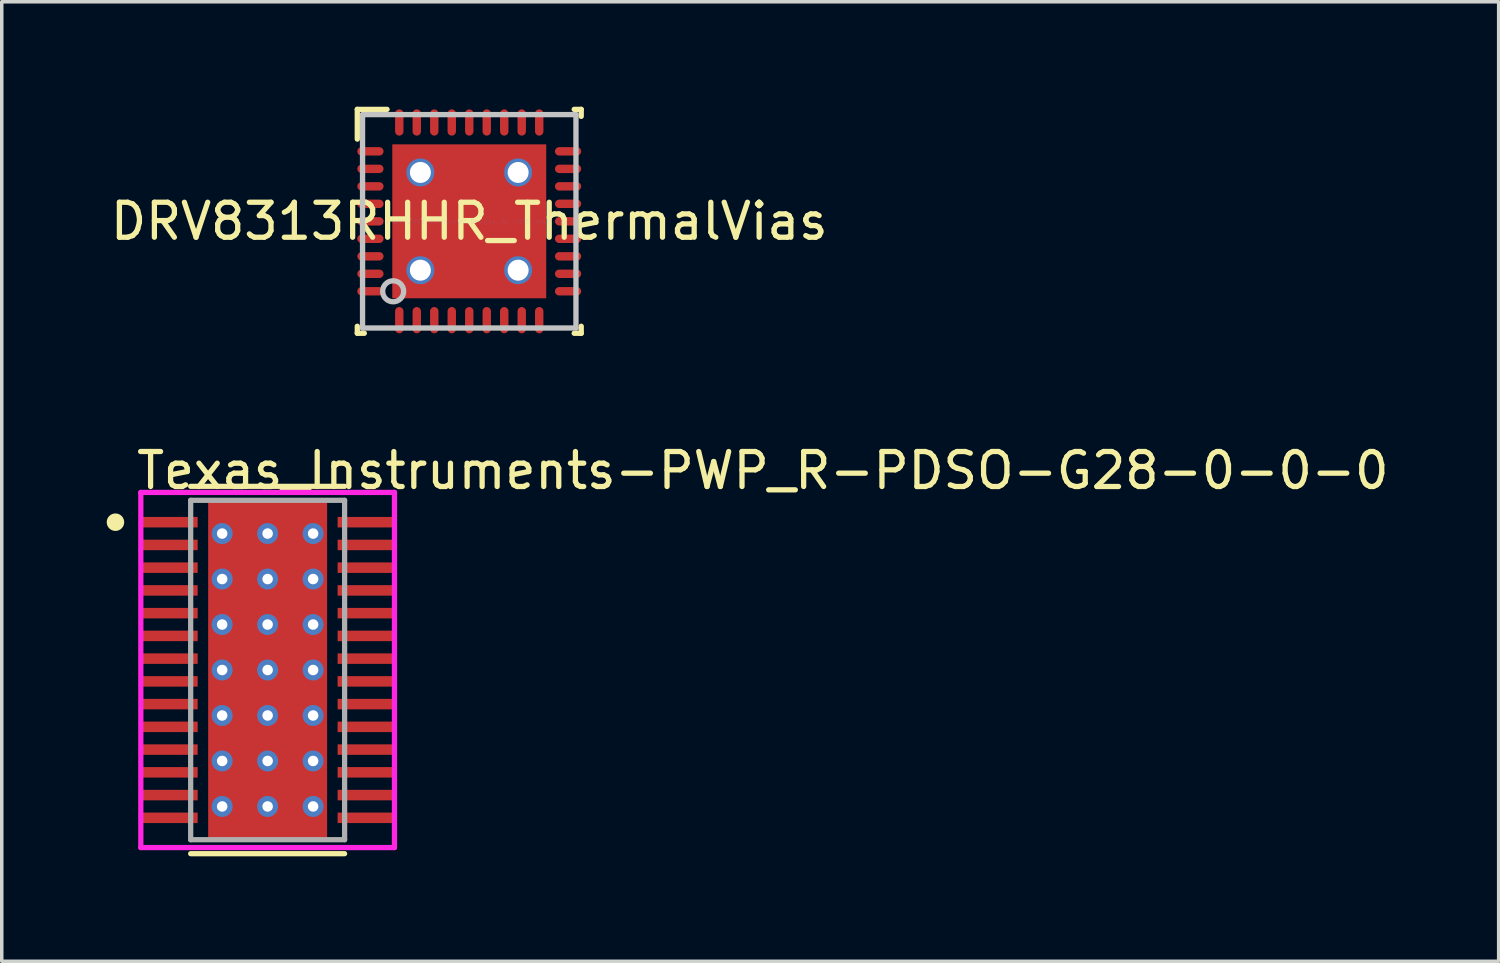
<source format=kicad_pcb>
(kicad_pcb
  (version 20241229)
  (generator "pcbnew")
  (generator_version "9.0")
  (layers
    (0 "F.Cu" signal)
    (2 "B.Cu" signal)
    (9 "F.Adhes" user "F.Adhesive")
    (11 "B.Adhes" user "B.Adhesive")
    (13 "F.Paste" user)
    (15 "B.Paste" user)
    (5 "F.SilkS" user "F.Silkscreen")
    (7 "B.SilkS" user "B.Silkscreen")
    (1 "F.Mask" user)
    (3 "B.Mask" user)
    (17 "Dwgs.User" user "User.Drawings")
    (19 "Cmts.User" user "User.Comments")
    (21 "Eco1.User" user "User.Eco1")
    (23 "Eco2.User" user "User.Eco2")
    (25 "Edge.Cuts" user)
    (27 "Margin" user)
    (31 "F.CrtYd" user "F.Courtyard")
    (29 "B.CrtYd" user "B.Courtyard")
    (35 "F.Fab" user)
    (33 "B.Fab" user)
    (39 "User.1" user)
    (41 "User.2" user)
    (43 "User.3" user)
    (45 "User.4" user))
  (footprint "Texas_Instruments-PWP_R-PDSO-G28-0-0-0"
    (layer "F.Cu")
    (at 4.6 16.101)
    (property "Reference" "Texas_Instruments-PWP_R-PDSO-G28-0-0-0" (at -3.825 -5.7 0) (layer "F.SilkS") (effects (font (size 1 1) (thickness 0.15)) (justify left)))
    (attr through_hole)
    (fp_line (start -2.2 -5.25) (end 2.2 -5.25) (stroke (width 0.15) (type solid)) (layer "F.SilkS"))
    (fp_line (start -2.2 5.25) (end 2.2 5.25) (stroke (width 0.15) (type solid)) (layer "F.SilkS"))
    (fp_circle (center -4.35 -4.225) (end -4.225 -4.225) (stroke (width 0.25) (type solid)) (fill no) (layer "F.SilkS"))
    (fp_line (start -3.625 -5.075) (end -3.625 5.075) (stroke (width 0.15) (type solid)) (layer "F.CrtYd"))
    (fp_line (start -3.625 5.075) (end 3.625 5.075) (stroke (width 0.15) (type solid)) (layer "F.CrtYd"))
    (fp_line (start 3.625 -5.075) (end -3.625 -5.075) (stroke (width 0.15) (type solid)) (layer "F.CrtYd"))
    (fp_line (start 3.625 -5.075) (end 3.625 -5.075) (stroke (width 0.15) (type solid)) (layer "F.CrtYd"))
    (fp_line (start 3.625 5.075) (end 3.625 -5.075) (stroke (width 0.15) (type solid)) (layer "F.CrtYd"))
    (fp_line (start -2.2 -4.85) (end 2.2 -4.85) (stroke (width 0.15) (type solid)) (layer "F.Fab"))
    (fp_line (start -2.2 4.85) (end -2.2 -4.85) (stroke (width 0.15) (type solid)) (layer "F.Fab"))
    (fp_line (start 2.2 -4.85) (end 2.2 4.85) (stroke (width 0.15) (type solid)) (layer "F.Fab"))
    (fp_line (start 2.2 4.85) (end -2.2 4.85) (stroke (width 0.15) (type solid)) (layer "F.Fab"))
    (pad "" smd rect (at -2.8 -4.225) (size 1.55 0.25) (layers "F.Paste"))
    (pad "" smd rect (at -2.8 -3.575) (size 1.55 0.25) (layers "F.Paste"))
    (pad "" smd rect (at -2.8 -2.925) (size 1.55 0.25) (layers "F.Paste"))
    (pad "" smd rect (at -2.8 -2.275) (size 1.55 0.25) (layers "F.Paste"))
    (pad "" smd rect (at -2.8 -1.625) (size 1.55 0.25) (layers "F.Paste"))
    (pad "" smd rect (at -2.8 -0.975) (size 1.55 0.25) (layers "F.Paste"))
    (pad "" smd rect (at -2.8 -0.325) (size 1.55 0.25) (layers "F.Paste"))
    (pad "" smd rect (at -2.8 0.325) (size 1.55 0.25) (layers "F.Paste"))
    (pad "" smd rect (at -2.8 0.975) (size 1.55 0.25) (layers "F.Paste"))
    (pad "" smd rect (at -2.8 1.625) (size 1.55 0.25) (layers "F.Paste"))
    (pad "" smd rect (at -2.8 2.275) (size 1.55 0.25) (layers "F.Paste"))
    (pad "" smd rect (at -2.8 2.925) (size 1.55 0.25) (layers "F.Paste"))
    (pad "" smd rect (at -2.8 3.575) (size 1.55 0.25) (layers "F.Paste"))
    (pad "" smd rect (at -2.8 4.225) (size 1.55 0.25) (layers "F.Paste"))
    (pad "" smd rect (at 0 0) (size 3.1 5.18) (layers "F.Mask" "F.Paste"))
    (pad "" smd rect (at 2.8 -4.225) (size 1.55 0.25) (layers "F.Paste"))
    (pad "" smd rect (at 2.8 -3.575) (size 1.55 0.25) (layers "F.Paste"))
    (pad "" smd rect (at 2.8 -2.925) (size 1.55 0.25) (layers "F.Paste"))
    (pad "" smd rect (at 2.8 -2.275) (size 1.55 0.25) (layers "F.Paste"))
    (pad "" smd rect (at 2.8 -1.625) (size 1.55 0.25) (layers "F.Paste"))
    (pad "" smd rect (at 2.8 -0.975) (size 1.55 0.25) (layers "F.Paste"))
    (pad "" smd rect (at 2.8 -0.325) (size 1.55 0.25) (layers "F.Paste"))
    (pad "" smd rect (at 2.8 0.325) (size 1.55 0.25) (layers "F.Paste"))
    (pad "" smd rect (at 2.8 0.975) (size 1.55 0.25) (layers "F.Paste"))
    (pad "" smd rect (at 2.8 1.625) (size 1.55 0.25) (layers "F.Paste"))
    (pad "" smd rect (at 2.8 2.275) (size 1.55 0.25) (layers "F.Paste"))
    (pad "" smd rect (at 2.8 2.925) (size 1.55 0.25) (layers "F.Paste"))
    (pad "" smd rect (at 2.8 3.575) (size 1.55 0.25) (layers "F.Paste"))
    (pad "" smd rect (at 2.8 4.225) (size 1.55 0.25) (layers "F.Paste"))
    (pad "1" smd rect (at -2.8 -4.225) (size 1.6 0.3) (layers "F.Cu" "F.Mask"))
    (pad "2" smd rect (at -2.8 -3.575) (size 1.6 0.3) (layers "F.Cu" "F.Mask"))
    (pad "3" smd rect (at -2.8 -2.925) (size 1.6 0.3) (layers "F.Cu" "F.Mask"))
    (pad "4" smd rect (at -2.8 -2.275) (size 1.6 0.3) (layers "F.Cu" "F.Mask"))
    (pad "5" smd rect (at -2.8 -1.625) (size 1.6 0.3) (layers "F.Cu" "F.Mask"))
    (pad "6" smd rect (at -2.8 -0.975) (size 1.6 0.3) (layers "F.Cu" "F.Mask"))
    (pad "7" smd rect (at -2.8 -0.325) (size 1.6 0.3) (layers "F.Cu" "F.Mask"))
    (pad "8" smd rect (at -2.8 0.325) (size 1.6 0.3) (layers "F.Cu" "F.Mask"))
    (pad "9" smd rect (at -2.8 0.975) (size 1.6 0.3) (layers "F.Cu" "F.Mask"))
    (pad "10" smd rect (at -2.8 1.625) (size 1.6 0.3) (layers "F.Cu" "F.Mask"))
    (pad "11" smd rect (at -2.8 2.275) (size 1.6 0.3) (layers "F.Cu" "F.Mask"))
    (pad "12" smd rect (at -2.8 2.925) (size 1.6 0.3) (layers "F.Cu" "F.Mask"))
    (pad "13" smd rect (at -2.8 3.575) (size 1.6 0.3) (layers "F.Cu" "F.Mask"))
    (pad "14" smd rect (at -2.8 4.225) (size 1.6 0.3) (layers "F.Cu" "F.Mask"))
    (pad "15" smd rect (at 2.8 4.225) (size 1.6 0.3) (layers "F.Cu" "F.Mask"))
    (pad "16" smd rect (at 2.8 3.575) (size 1.6 0.3) (layers "F.Cu" "F.Mask"))
    (pad "17" smd rect (at 2.8 2.925) (size 1.6 0.3) (layers "F.Cu" "F.Mask"))
    (pad "18" smd rect (at 2.8 2.275) (size 1.6 0.3) (layers "F.Cu" "F.Mask"))
    (pad "19" smd rect (at 2.8 1.625) (size 1.6 0.3) (layers "F.Cu" "F.Mask"))
    (pad "20" smd rect (at 2.8 0.975) (size 1.6 0.3) (layers "F.Cu" "F.Mask"))
    (pad "21" smd rect (at 2.8 0.325) (size 1.6 0.3) (layers "F.Cu" "F.Mask"))
    (pad "22" smd rect (at 2.8 -0.325) (size 1.6 0.3) (layers "F.Cu" "F.Mask"))
    (pad "23" smd rect (at 2.8 -0.975) (size 1.6 0.3) (layers "F.Cu" "F.Mask"))
    (pad "24" smd rect (at 2.8 -1.625) (size 1.6 0.3) (layers "F.Cu" "F.Mask"))
    (pad "25" smd rect (at 2.8 -2.275) (size 1.6 0.3) (layers "F.Cu" "F.Mask"))
    (pad "26" smd rect (at 2.8 -2.925) (size 1.6 0.3) (layers "F.Cu" "F.Mask"))
    (pad "27" smd rect (at 2.8 -3.575) (size 1.6 0.3) (layers "F.Cu" "F.Mask"))
    (pad "28" smd rect (at 2.8 -4.225) (size 1.6 0.3) (layers "F.Cu" "F.Mask"))
    (pad "29" smd rect (at 0 0) (size 3.4 9.7) (layers "F.Cu"))
    (pad "~" thru_hole circle (at -1.3 -3.9) (size 0.6 0.6) (drill 0.3) (layers "*.Cu"))
    (pad "~" thru_hole circle (at -1.3 -2.6) (size 0.6 0.6) (drill 0.3) (layers "*.Cu"))
    (pad "~" thru_hole circle (at -1.3 -1.3) (size 0.6 0.6) (drill 0.3) (layers "*.Cu"))
    (pad "~" thru_hole circle (at -1.3 0) (size 0.6 0.6) (drill 0.3) (layers "*.Cu"))
    (pad "~" thru_hole circle (at -1.3 1.3) (size 0.6 0.6) (drill 0.3) (layers "*.Cu"))
    (pad "~" thru_hole circle (at -1.3 2.6) (size 0.6 0.6) (drill 0.3) (layers "*.Cu"))
    (pad "~" thru_hole circle (at -1.3 3.9) (size 0.6 0.6) (drill 0.3) (layers "*.Cu"))
    (pad "~" thru_hole circle (at 0 -3.9) (size 0.6 0.6) (drill 0.3) (layers "*.Cu"))
    (pad "~" thru_hole circle (at 0 -2.6) (size 0.6 0.6) (drill 0.3) (layers "*.Cu"))
    (pad "~" thru_hole circle (at 0 -1.3) (size 0.6 0.6) (drill 0.3) (layers "*.Cu"))
    (pad "~" thru_hole circle (at 0 0) (size 0.6 0.6) (drill 0.3) (layers "*.Cu"))
    (pad "~" thru_hole circle (at 0 1.3) (size 0.6 0.6) (drill 0.3) (layers "*.Cu"))
    (pad "~" thru_hole circle (at 0 2.6) (size 0.6 0.6) (drill 0.3) (layers "*.Cu"))
    (pad "~" thru_hole circle (at 0 3.9) (size 0.6 0.6) (drill 0.3) (layers "*.Cu"))
    (pad "~" thru_hole circle (at 1.3 -3.9) (size 0.6 0.6) (drill 0.3) (layers "*.Cu"))
    (pad "~" thru_hole circle (at 1.3 -2.6) (size 0.6 0.6) (drill 0.3) (layers "*.Cu"))
    (pad "~" thru_hole circle (at 1.3 -1.3) (size 0.6 0.6) (drill 0.3) (layers "*.Cu"))
    (pad "~" thru_hole circle (at 1.3 0) (size 0.6 0.6) (drill 0.3) (layers "*.Cu"))
    (pad "~" thru_hole circle (at 1.3 1.3) (size 0.6 0.6) (drill 0.3) (layers "*.Cu"))
    (pad "~" thru_hole circle (at 1.3 2.6) (size 0.6 0.6) (drill 0.3) (layers "*.Cu"))
    (pad "~" thru_hole circle (at 1.3 3.9) (size 0.6 0.6) (drill 0.3) (layers "*.Cu")))
  (footprint "DRV8313RHHR_ThermalVias"
    (layer "F.Cu")
    (at 10.363 3.276)
    (property "Reference" "DRV8313RHHR_ThermalVias" (at 0 0 0) (layer "F.SilkS") (effects (font (size 1 1) (thickness 0.15))))
    (attr through_hole)
    (fp_line (start -3.2 -3.2) (end -2.35 -3.2) (stroke (width 0.152) (type solid)) (layer "F.SilkS"))
    (fp_line (start -3.2 -2.35) (end -3.2 -3.2) (stroke (width 0.152) (type solid)) (layer "F.SilkS"))
    (fp_line (start -3.2 3.2) (end -3.2 3) (stroke (width 0.152) (type solid)) (layer "F.SilkS"))
    (fp_line (start -3.2 3.2) (end -3 3.2) (stroke (width 0.152) (type solid)) (layer "F.SilkS"))
    (fp_line (start 3 -3.2) (end 3.2 -3.2) (stroke (width 0.152) (type solid)) (layer "F.SilkS"))
    (fp_line (start 3 3.2) (end 3.2 3.2) (stroke (width 0.152) (type solid)) (layer "F.SilkS"))
    (fp_line (start 3.2 -3) (end 3.2 -3.2) (stroke (width 0.152) (type solid)) (layer "F.SilkS"))
    (fp_line (start 3.2 3.2) (end 3.2 3) (stroke (width 0.152) (type solid)) (layer "F.SilkS"))
    (fp_line (start -3.05 -3.05) (end 3.05 -3.05) (stroke (width 0.152) (type solid)) (layer "Dwgs.User"))
    (fp_line (start -3.05 3.05) (end -3.05 -3.05) (stroke (width 0.152) (type solid)) (layer "Dwgs.User"))
    (fp_line (start -3.05 3.05) (end 3.05 3.05) (stroke (width 0.152) (type solid)) (layer "Dwgs.User"))
    (fp_line (start 3.05 3.05) (end 3.05 -3.05) (stroke (width 0.152) (type solid)) (layer "Dwgs.User"))
    (fp_circle (center -2.175 2) (end -1.875 2) (stroke (width 0.152) (type solid)) (fill no) (layer "Dwgs.User"))
    (fp_text user "Copyright 2016 Accelerated Designs. All rights reserved." (at 0 0 0) (layer "Cmts.User") (effects (font (size 0.127 0.127) (thickness 0.002))))
    (pad "" smd oval (at -2.825 -2 90) (size 0.24 0.75) (layers "F.Paste"))
    (pad "" smd oval (at -2.825 -2 90) (size 0.342 0.852) (layers "F.Mask"))
    (pad "" smd oval (at -2.825 -1.5 90) (size 0.24 0.75) (layers "F.Paste"))
    (pad "" smd oval (at -2.825 -1.5 90) (size 0.342 0.852) (layers "F.Mask"))
    (pad "" smd oval (at -2.825 -1 90) (size 0.24 0.75) (layers "F.Paste"))
    (pad "" smd oval (at -2.825 -1 90) (size 0.342 0.852) (layers "F.Mask"))
    (pad "" smd oval (at -2.825 -0.5 90) (size 0.24 0.75) (layers "F.Paste"))
    (pad "" smd oval (at -2.825 -0.5 90) (size 0.342 0.852) (layers "F.Mask"))
    (pad "" smd oval (at -2.825 0 90) (size 0.24 0.75) (layers "F.Paste"))
    (pad "" smd oval (at -2.825 0 90) (size 0.342 0.852) (layers "F.Mask"))
    (pad "" smd oval (at -2.825 0.5 90) (size 0.24 0.75) (layers "F.Paste"))
    (pad "" smd oval (at -2.825 0.5 90) (size 0.342 0.852) (layers "F.Mask"))
    (pad "" smd oval (at -2.825 1 90) (size 0.24 0.75) (layers "F.Paste"))
    (pad "" smd oval (at -2.825 1 90) (size 0.342 0.852) (layers "F.Mask"))
    (pad "" smd oval (at -2.825 1.5 90) (size 0.24 0.75) (layers "F.Paste"))
    (pad "" smd oval (at -2.825 1.5 90) (size 0.342 0.852) (layers "F.Mask"))
    (pad "" smd oval (at -2.825 2 90) (size 0.24 0.75) (layers "F.Paste"))
    (pad "" smd oval (at -2.825 2 90) (size 0.342 0.852) (layers "F.Mask"))
    (pad "" smd oval (at -2 -2.825) (size 0.24 0.75) (layers "F.Paste"))
    (pad "" smd oval (at -2 -2.825) (size 0.342 0.852) (layers "F.Mask"))
    (pad "" smd oval (at -2 2.825) (size 0.24 0.75) (layers "F.Paste"))
    (pad "" smd oval (at -2 2.825) (size 0.342 0.852) (layers "F.Mask"))
    (pad "" smd oval (at -1.5 -2.825) (size 0.24 0.75) (layers "F.Paste"))
    (pad "" smd oval (at -1.5 -2.825) (size 0.342 0.852) (layers "F.Mask"))
    (pad "" smd oval (at -1.5 2.825) (size 0.24 0.75) (layers "F.Paste"))
    (pad "" smd oval (at -1.5 2.825) (size 0.342 0.852) (layers "F.Mask"))
    (pad "" smd rect (at -1.25 -1.25) (size 0.75 0.75) (layers "F.Paste"))
    (pad "" smd rect (at -1.25 0) (size 0.75 0.75) (layers "F.Paste"))
    (pad "" smd rect (at -1.25 1.25) (size 0.75 0.75) (layers "F.Paste"))
    (pad "" smd oval (at -1 -2.825) (size 0.24 0.75) (layers "F.Paste"))
    (pad "" smd oval (at -1 -2.825) (size 0.342 0.852) (layers "F.Mask"))
    (pad "" smd oval (at -1 2.825) (size 0.24 0.75) (layers "F.Paste"))
    (pad "" smd oval (at -1 2.825) (size 0.342 0.852) (layers "F.Mask"))
    (pad "" smd oval (at -0.5 -2.825) (size 0.24 0.75) (layers "F.Paste"))
    (pad "" smd oval (at -0.5 -2.825) (size 0.342 0.852) (layers "F.Mask"))
    (pad "" smd oval (at -0.5 2.825) (size 0.24 0.75) (layers "F.Paste"))
    (pad "" smd oval (at -0.5 2.825) (size 0.342 0.852) (layers "F.Mask"))
    (pad "" smd oval (at 0 -2.825) (size 0.24 0.75) (layers "F.Paste"))
    (pad "" smd oval (at 0 -2.825) (size 0.342 0.852) (layers "F.Mask"))
    (pad "" smd rect (at 0 -1.25) (size 0.75 0.75) (layers "F.Paste"))
    (pad "" smd rect (at 0 0) (size 0.75 0.75) (layers "F.Paste"))
    (pad "" smd rect (at 0 0) (size 4.502 4.502) (layers "F.Mask"))
    (pad "" smd rect (at 0 1.25) (size 0.75 0.75) (layers "F.Paste"))
    (pad "" smd oval (at 0 2.825) (size 0.24 0.75) (layers "F.Paste"))
    (pad "" smd oval (at 0 2.825) (size 0.342 0.852) (layers "F.Mask"))
    (pad "" smd oval (at 0.5 -2.825) (size 0.24 0.75) (layers "F.Paste"))
    (pad "" smd oval (at 0.5 -2.825) (size 0.342 0.852) (layers "F.Mask"))
    (pad "" smd oval (at 0.5 2.825) (size 0.24 0.75) (layers "F.Paste"))
    (pad "" smd oval (at 0.5 2.825) (size 0.342 0.852) (layers "F.Mask"))
    (pad "" smd oval (at 1 -2.825) (size 0.24 0.75) (layers "F.Paste"))
    (pad "" smd oval (at 1 -2.825) (size 0.342 0.852) (layers "F.Mask"))
    (pad "" smd oval (at 1 2.825) (size 0.24 0.75) (layers "F.Paste"))
    (pad "" smd oval (at 1 2.825) (size 0.342 0.852) (layers "F.Mask"))
    (pad "" smd rect (at 1.25 -1.25) (size 0.75 0.75) (layers "F.Paste"))
    (pad "" smd rect (at 1.25 0) (size 0.75 0.75) (layers "F.Paste"))
    (pad "" smd rect (at 1.25 1.25) (size 0.75 0.75) (layers "F.Paste"))
    (pad "" smd oval (at 1.5 -2.825) (size 0.24 0.75) (layers "F.Paste"))
    (pad "" smd oval (at 1.5 -2.825) (size 0.342 0.852) (layers "F.Mask"))
    (pad "" smd oval (at 1.5 2.825) (size 0.24 0.75) (layers "F.Paste"))
    (pad "" smd oval (at 1.5 2.825) (size 0.342 0.852) (layers "F.Mask"))
    (pad "" smd oval (at 2 -2.825) (size 0.24 0.75) (layers "F.Paste"))
    (pad "" smd oval (at 2 -2.825) (size 0.342 0.852) (layers "F.Mask"))
    (pad "" smd oval (at 2 2.825) (size 0.24 0.75) (layers "F.Paste"))
    (pad "" smd oval (at 2 2.825) (size 0.342 0.852) (layers "F.Mask"))
    (pad "" smd oval (at 2.825 -2 90) (size 0.24 0.75) (layers "F.Paste"))
    (pad "" smd oval (at 2.825 -2 90) (size 0.342 0.852) (layers "F.Mask"))
    (pad "" smd oval (at 2.825 -1.5 90) (size 0.24 0.75) (layers "F.Paste"))
    (pad "" smd oval (at 2.825 -1.5 90) (size 0.342 0.852) (layers "F.Mask"))
    (pad "" smd oval (at 2.825 -1 90) (size 0.24 0.75) (layers "F.Paste"))
    (pad "" smd oval (at 2.825 -1 90) (size 0.342 0.852) (layers "F.Mask"))
    (pad "" smd oval (at 2.825 -0.5 90) (size 0.24 0.75) (layers "F.Paste"))
    (pad "" smd oval (at 2.825 -0.5 90) (size 0.342 0.852) (layers "F.Mask"))
    (pad "" smd oval (at 2.825 0 90) (size 0.24 0.75) (layers "F.Paste"))
    (pad "" smd oval (at 2.825 0 90) (size 0.342 0.852) (layers "F.Mask"))
    (pad "" smd oval (at 2.825 0.5 90) (size 0.24 0.75) (layers "F.Paste"))
    (pad "" smd oval (at 2.825 0.5 90) (size 0.342 0.852) (layers "F.Mask"))
    (pad "" smd oval (at 2.825 1 90) (size 0.24 0.75) (layers "F.Paste"))
    (pad "" smd oval (at 2.825 1 90) (size 0.342 0.852) (layers "F.Mask"))
    (pad "" smd oval (at 2.825 1.5 90) (size 0.24 0.75) (layers "F.Paste"))
    (pad "" smd oval (at 2.825 1.5 90) (size 0.342 0.852) (layers "F.Mask"))
    (pad "" smd oval (at 2.825 2 90) (size 0.24 0.75) (layers "F.Paste"))
    (pad "" smd oval (at 2.825 2 90) (size 0.342 0.852) (layers "F.Mask"))
    (pad "1" smd oval (at -2.825 -2 90) (size 0.24 0.75) (layers "F.Cu"))
    (pad "2" smd oval (at -2.825 -1.5 90) (size 0.24 0.75) (layers "F.Cu"))
    (pad "3" smd oval (at -2.825 -1 90) (size 0.24 0.75) (layers "F.Cu"))
    (pad "4" smd oval (at -2.825 -0.5 90) (size 0.24 0.75) (layers "F.Cu"))
    (pad "5" smd oval (at -2.825 0 90) (size 0.24 0.75) (layers "F.Cu"))
    (pad "6" smd oval (at -2.825 0.5 90) (size 0.24 0.75) (layers "F.Cu"))
    (pad "7" smd oval (at -2.825 1 90) (size 0.24 0.75) (layers "F.Cu"))
    (pad "8" smd oval (at -2.825 1.5 90) (size 0.24 0.75) (layers "F.Cu"))
    (pad "9" smd oval (at -2.825 2 90) (size 0.24 0.75) (layers "F.Cu"))
    (pad "10" smd oval (at -2 2.825) (size 0.24 0.75) (layers "F.Cu"))
    (pad "11" smd oval (at -1.5 2.825) (size 0.24 0.75) (layers "F.Cu"))
    (pad "12" smd oval (at -1 2.825) (size 0.24 0.75) (layers "F.Cu"))
    (pad "13" smd oval (at -0.5 2.825) (size 0.24 0.75) (layers "F.Cu"))
    (pad "14" smd oval (at 0 2.825) (size 0.24 0.75) (layers "F.Cu"))
    (pad "15" smd oval (at 0.5 2.825) (size 0.24 0.75) (layers "F.Cu"))
    (pad "16" smd oval (at 1 2.825) (size 0.24 0.75) (layers "F.Cu"))
    (pad "17" smd oval (at 1.5 2.825) (size 0.24 0.75) (layers "F.Cu"))
    (pad "18" smd oval (at 2 2.825) (size 0.24 0.75) (layers "F.Cu"))
    (pad "19" smd oval (at 2.825 2 90) (size 0.24 0.75) (layers "F.Cu"))
    (pad "20" smd oval (at 2.825 1.5 90) (size 0.24 0.75) (layers "F.Cu"))
    (pad "21" smd oval (at 2.825 1 90) (size 0.24 0.75) (layers "F.Cu"))
    (pad "22" smd oval (at 2.825 0.5 90) (size 0.24 0.75) (layers "F.Cu"))
    (pad "23" smd oval (at 2.825 0 90) (size 0.24 0.75) (layers "F.Cu"))
    (pad "24" smd oval (at 2.825 -0.5 90) (size 0.24 0.75) (layers "F.Cu"))
    (pad "25" smd oval (at 2.825 -1 90) (size 0.24 0.75) (layers "F.Cu"))
    (pad "26" smd oval (at 2.825 -1.5 90) (size 0.24 0.75) (layers "F.Cu"))
    (pad "27" smd oval (at 2.825 -2 90) (size 0.24 0.75) (layers "F.Cu"))
    (pad "28" smd oval (at 2 -2.825) (size 0.24 0.75) (layers "F.Cu"))
    (pad "29" smd oval (at 1.5 -2.825) (size 0.24 0.75) (layers "F.Cu"))
    (pad "30" smd oval (at 1 -2.825) (size 0.24 0.75) (layers "F.Cu"))
    (pad "31" smd oval (at 0.5 -2.825) (size 0.24 0.75) (layers "F.Cu"))
    (pad "32" smd oval (at 0 -2.825) (size 0.24 0.75) (layers "F.Cu"))
    (pad "33" smd oval (at -0.5 -2.825) (size 0.24 0.75) (layers "F.Cu"))
    (pad "34" smd oval (at -1 -2.825) (size 0.24 0.75) (layers "F.Cu"))
    (pad "35" smd oval (at -1.5 -2.825) (size 0.24 0.75) (layers "F.Cu"))
    (pad "36" smd oval (at -2 -2.825) (size 0.24 0.75) (layers "F.Cu"))
    (pad "37" thru_hole circle (at -1.397 -1.397) (size 0.8 0.8) (drill 0.6) (layers "*.Cu" "F.Mask"))
    (pad "37" thru_hole circle (at -1.397 1.397) (size 0.8 0.8) (drill 0.6) (layers "*.Cu" "F.Mask"))
    (pad "37" smd rect (at 0 0) (size 4.4 4.4) (layers "F.Cu"))
    (pad "37" thru_hole circle (at 1.397 -1.397) (size 0.8 0.8) (drill 0.6) (layers "*.Cu" "F.Mask"))
    (pad "37" thru_hole circle (at 1.397 1.397) (size 0.8 0.8) (drill 0.6) (layers "*.Cu" "F.Mask")))
  (gr_rect
    (start -3 -3)
    (end 39.787 24.426)
    (stroke (width 0.1) (type default))
    (fill no)
    (layer "Edge.Cuts")))
</source>
